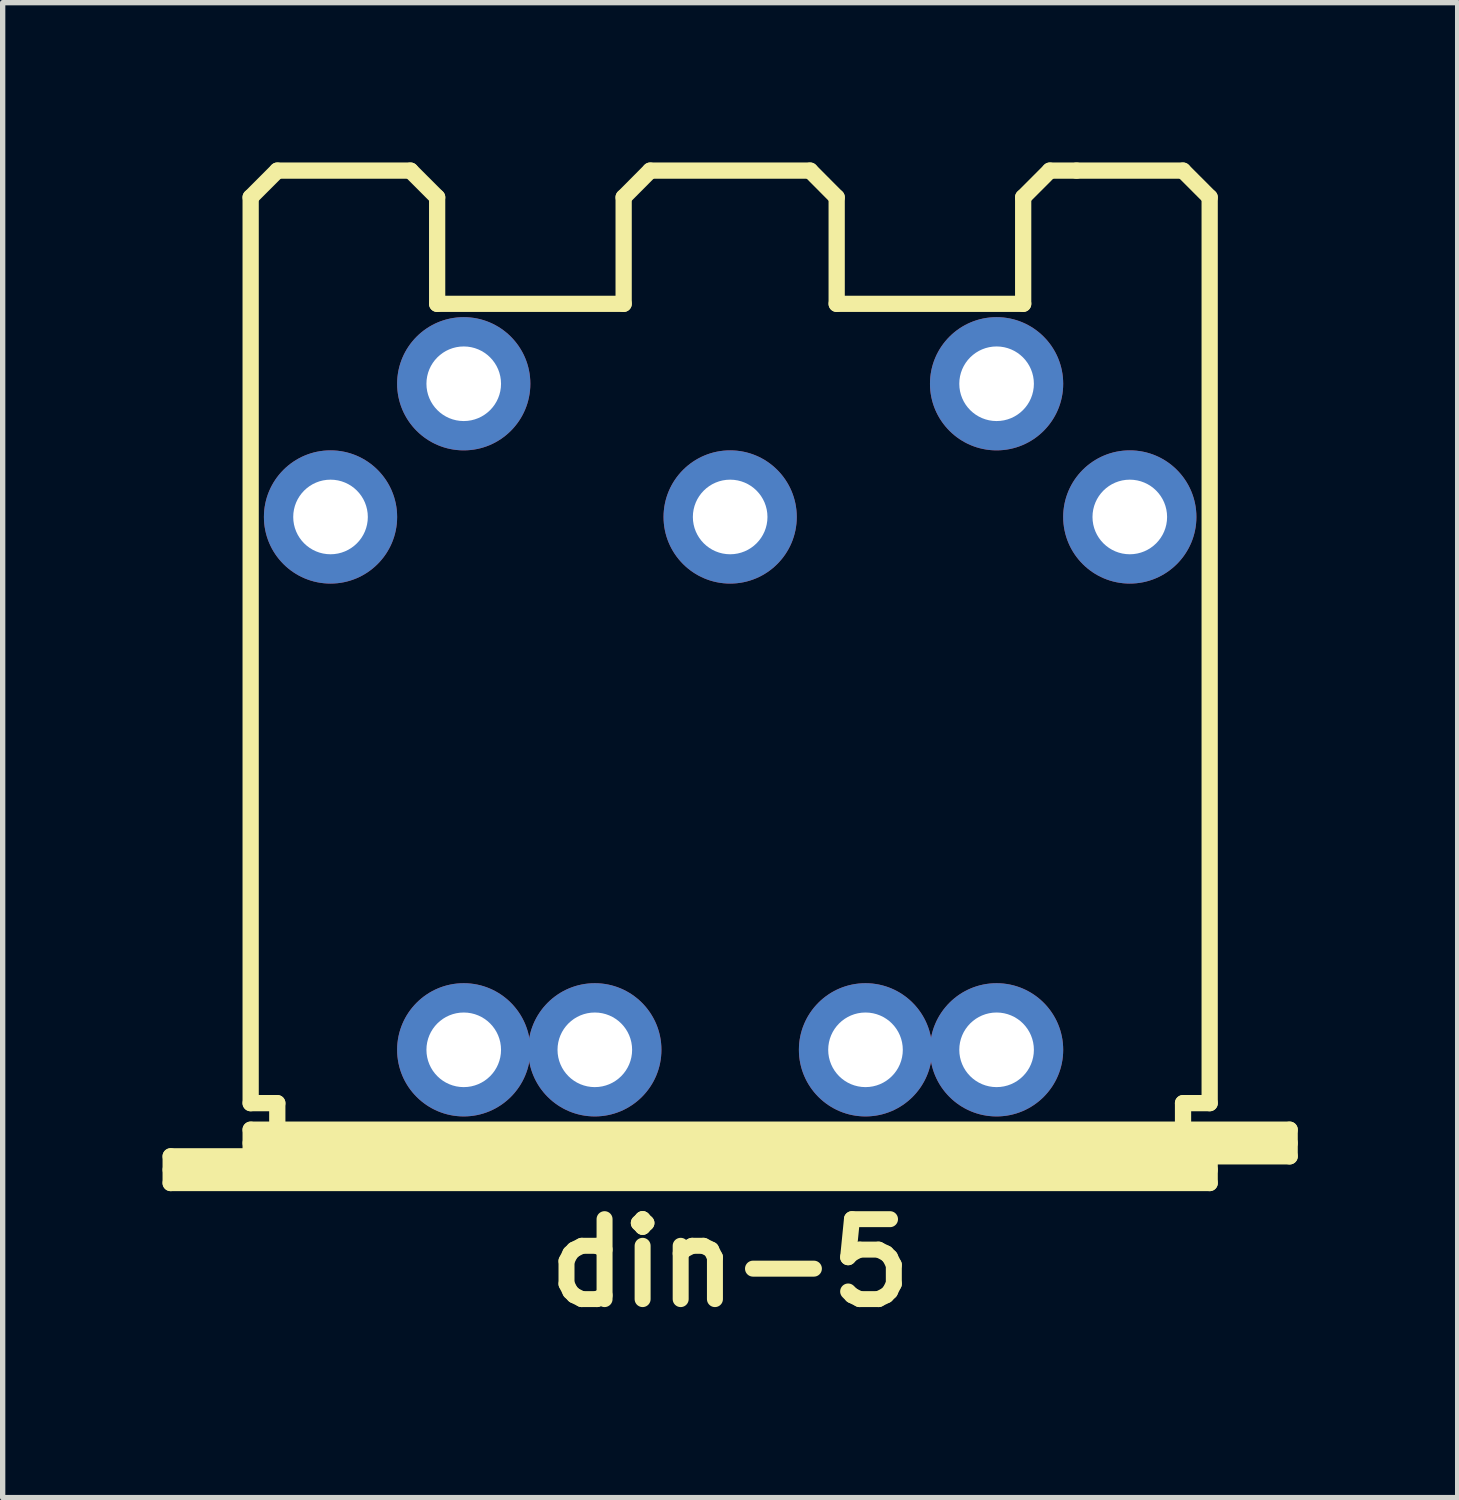
<source format=kicad_pcb>
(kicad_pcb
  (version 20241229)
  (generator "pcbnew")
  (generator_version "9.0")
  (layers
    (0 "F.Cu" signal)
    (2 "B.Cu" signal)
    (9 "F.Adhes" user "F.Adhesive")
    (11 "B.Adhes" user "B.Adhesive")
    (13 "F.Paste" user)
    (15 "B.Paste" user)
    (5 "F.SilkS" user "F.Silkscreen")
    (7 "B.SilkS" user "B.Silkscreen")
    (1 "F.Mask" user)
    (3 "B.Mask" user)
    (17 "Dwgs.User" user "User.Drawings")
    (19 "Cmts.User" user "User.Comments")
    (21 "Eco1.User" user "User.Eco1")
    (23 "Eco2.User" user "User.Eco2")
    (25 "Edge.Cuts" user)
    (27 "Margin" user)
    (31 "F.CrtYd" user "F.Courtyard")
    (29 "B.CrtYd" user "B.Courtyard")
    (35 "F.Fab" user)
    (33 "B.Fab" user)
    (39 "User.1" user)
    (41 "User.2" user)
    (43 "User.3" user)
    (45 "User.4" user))
  (footprint "din-5"
    (layer "F.Cu")
    (at 10.653 9.652)
    (property "Reference" "din-5" (at 0 11 0) (layer "F.SilkS") (effects (font (size 1.5 1.5) (thickness 0.3))))
    (attr through_hole)
    (fp_line (start -10.5 8.999) (end -8.999 8.999) (stroke (width 0.305) (type solid)) (layer "F.SilkS"))
    (fp_line (start -10.5 9.251) (end 8.999 9.251) (stroke (width 0.305) (type solid)) (layer "F.SilkS"))
    (fp_line (start -10.5 9.5) (end -10.5 8.999) (stroke (width 0.305) (type solid)) (layer "F.SilkS"))
    (fp_line (start -8.999 -8.999) (end -8.999 8.001) (stroke (width 0.305) (type solid)) (layer "F.SilkS"))
    (fp_line (start -8.999 -8.999) (end -8.499 -9.5) (stroke (width 0.305) (type solid)) (layer "F.SilkS"))
    (fp_line (start -8.999 8.001) (end -8.499 8.001) (stroke (width 0.305) (type solid)) (layer "F.SilkS"))
    (fp_line (start -8.999 8.499) (end 10.5 8.499) (stroke (width 0.305) (type solid)) (layer "F.SilkS"))
    (fp_line (start -8.999 8.75) (end 10.5 8.75) (stroke (width 0.305) (type solid)) (layer "F.SilkS"))
    (fp_line (start -8.999 8.999) (end -8.999 8.499) (stroke (width 0.305) (type solid)) (layer "F.SilkS"))
    (fp_line (start -8.499 -9.5) (end -5.999 -9.5) (stroke (width 0.305) (type solid)) (layer "F.SilkS"))
    (fp_line (start -8.499 8.001) (end -8.499 8.499) (stroke (width 0.305) (type solid)) (layer "F.SilkS"))
    (fp_line (start -5.999 -9.5) (end -5.499 -8.999) (stroke (width 0.305) (type solid)) (layer "F.SilkS"))
    (fp_line (start -5.499 -8.999) (end -5.499 -7) (stroke (width 0.305) (type solid)) (layer "F.SilkS"))
    (fp_line (start -5.499 -7) (end -1.999 -7) (stroke (width 0.305) (type solid)) (layer "F.SilkS"))
    (fp_line (start -1.999 -8.999) (end -1.999 -7) (stroke (width 0.305) (type solid)) (layer "F.SilkS"))
    (fp_line (start -1.501 -9.5) (end -1.999 -8.999) (stroke (width 0.305) (type solid)) (layer "F.SilkS"))
    (fp_line (start -1.501 -9.5) (end 1.501 -9.5) (stroke (width 0.305) (type solid)) (layer "F.SilkS"))
    (fp_line (start 1.501 -9.5) (end 1.999 -8.999) (stroke (width 0.305) (type solid)) (layer "F.SilkS"))
    (fp_line (start 1.999 -8.999) (end 1.999 -7) (stroke (width 0.305) (type solid)) (layer "F.SilkS"))
    (fp_line (start 5.499 -8.999) (end 5.499 -7) (stroke (width 0.305) (type solid)) (layer "F.SilkS"))
    (fp_line (start 5.499 -7) (end 1.999 -7) (stroke (width 0.305) (type solid)) (layer "F.SilkS"))
    (fp_line (start 5.999 -9.5) (end 5.499 -8.999) (stroke (width 0.305) (type solid)) (layer "F.SilkS"))
    (fp_line (start 6.5 -9.5) (end 5.999 -9.5) (stroke (width 0.305) (type solid)) (layer "F.SilkS"))
    (fp_line (start 8.499 -9.5) (end 6.5 -9.5) (stroke (width 0.305) (type solid)) (layer "F.SilkS"))
    (fp_line (start 8.499 8.499) (end 8.499 8.001) (stroke (width 0.305) (type solid)) (layer "F.SilkS"))
    (fp_line (start 8.999 -8.999) (end 8.499 -9.5) (stroke (width 0.305) (type solid)) (layer "F.SilkS"))
    (fp_line (start 8.999 -8.999) (end 8.999 8.001) (stroke (width 0.305) (type solid)) (layer "F.SilkS"))
    (fp_line (start 8.999 8.001) (end 8.499 8.001) (stroke (width 0.305) (type solid)) (layer "F.SilkS"))
    (fp_line (start 8.999 8.999) (end -8.999 8.999) (stroke (width 0.305) (type solid)) (layer "F.SilkS"))
    (fp_line (start 8.999 8.999) (end 8.999 9.5) (stroke (width 0.305) (type solid)) (layer "F.SilkS"))
    (fp_line (start 8.999 9.5) (end -10.5 9.5) (stroke (width 0.305) (type solid)) (layer "F.SilkS"))
    (fp_line (start 10.5 8.499) (end 10.5 8.999) (stroke (width 0.305) (type solid)) (layer "F.SilkS"))
    (fp_line (start 10.5 8.999) (end 8.999 8.999) (stroke (width 0.305) (type solid)) (layer "F.SilkS"))
    (pad "1" thru_hole circle (at 7.5 -3) (size 2.5 2.5) (drill 1.4) (layers "*.Cu" "*.Mask"))
    (pad "2" thru_hole circle (at 0 -3) (size 2.5 2.5) (drill 1.4) (layers "*.Cu" "*.Mask"))
    (pad "3" thru_hole circle (at -7.5 -3) (size 2.5 2.5) (drill 1.4) (layers "*.Cu" "*.Mask"))
    (pad "4" thru_hole circle (at 5 -5.5) (size 2.5 2.5) (drill 1.4) (layers "*.Cu" "*.Mask"))
    (pad "5" thru_hole circle (at -5 -5.5) (size 2.5 2.5) (drill 1.4) (layers "*.Cu" "*.Mask"))
    (pad "6" thru_hole circle (at -5 7) (size 2.5 2.5) (drill 1.4) (layers "*.Cu" "*.Mask"))
    (pad "6" thru_hole circle (at -2.54 7) (size 2.5 2.5) (drill 1.4) (layers "*.Cu" "*.Mask"))
    (pad "6" thru_hole circle (at 2.54 7) (size 2.5 2.5) (drill 1.4) (layers "*.Cu" "*.Mask"))
    (pad "6" thru_hole circle (at 5 7) (size 2.5 2.5) (drill 1.4) (layers "*.Cu" "*.Mask")))
  (gr_rect
    (start -3 -3)
    (end 24.306 25.056)
    (stroke (width 0.1) (type default))
    (fill no)
    (layer "Edge.Cuts")))
</source>
